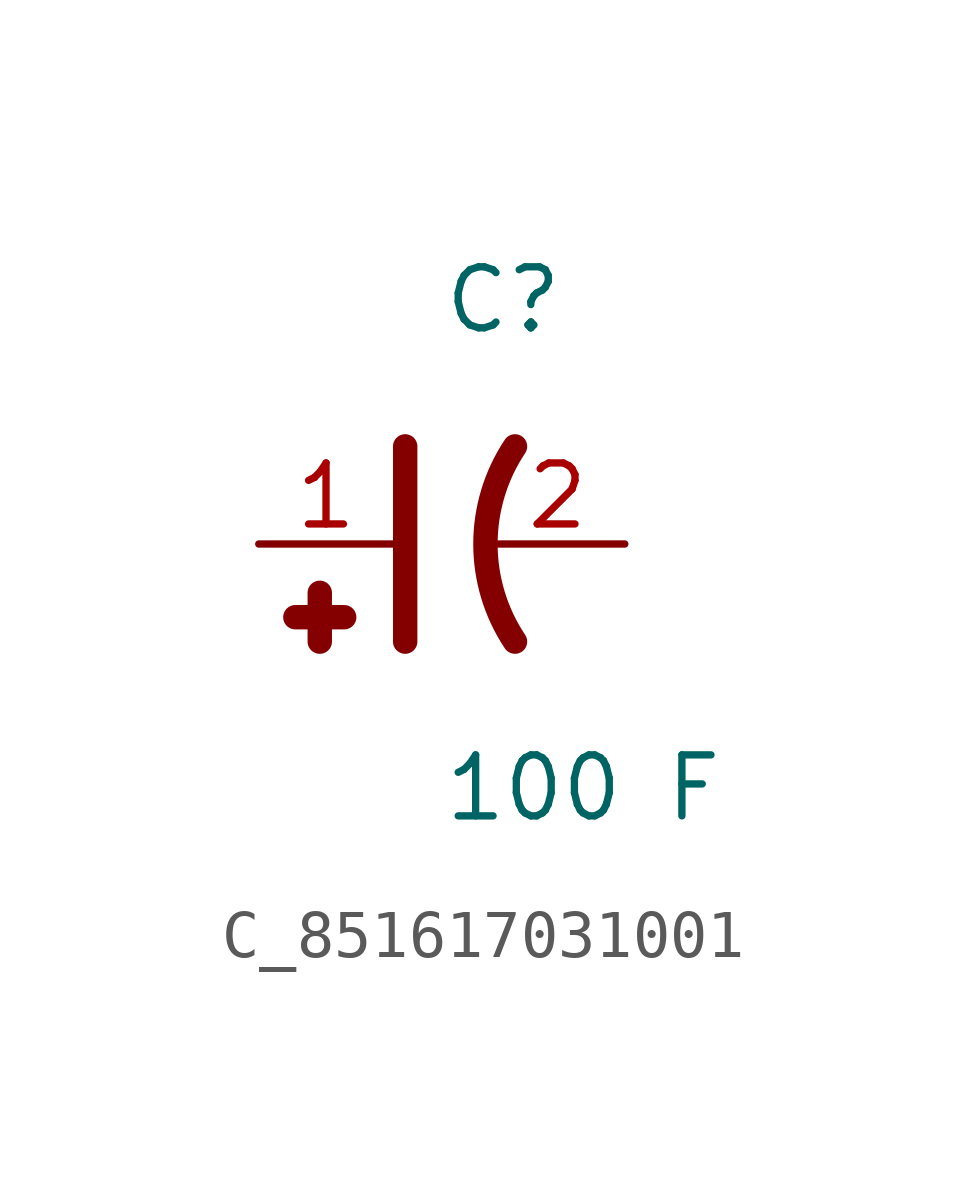
<source format=kicad_sym>
(kicad_symbol_lib
  (version 20231120)
  (generator kicad_symbol_editor)
  (generator_version 8.0)
  (symbol "C_851617031001"
    (pin_names
      (offset 0.254))
    (property "Reference" "C"
      (at 0 5.08 0)
      (effects (font (size 1.27 1.27)) (justify left)))
    (property "Value" "100 F"
      (at 0 -5.08 0)
      (effects (font (size 1.27 1.27)) (justify left)))
    (symbol "C_851617031001_0_1"
      (polyline (pts (xy -0.762 -2.032) (xy -0.762 2.032)) (stroke (width 0.508) (type default)) (fill (type none)))
      (polyline (pts (xy -2.54 -1.016) (xy -2.54 -2.032)) (stroke (width 0.508) (type default)) (fill (type none)))
      (polyline (pts (xy -2.032 -1.524) (xy -3.048 -1.524)) (stroke (width 0.508) (type default)) (fill (type none)))
      (arc (start 1.524 2.032) (mid 0.9088 0) (end 1.524 -2.032) (stroke (width 0.508) (type default)) (fill (type none))))
    (pin passive line
      (at -3.81 0 0)
      (length 2.8)
      (name "" (effects (font (size 1.27 1.27))))
      (number "1" (effects (font (size 1.27 1.27)))))
    (pin passive line
      (at 3.81 0 180)
      (length 2.8)
      (name "" (effects (font (size 1.27 1.27))))
      (number "2" (effects (font (size 1.27 1.27)))))))
</source>
